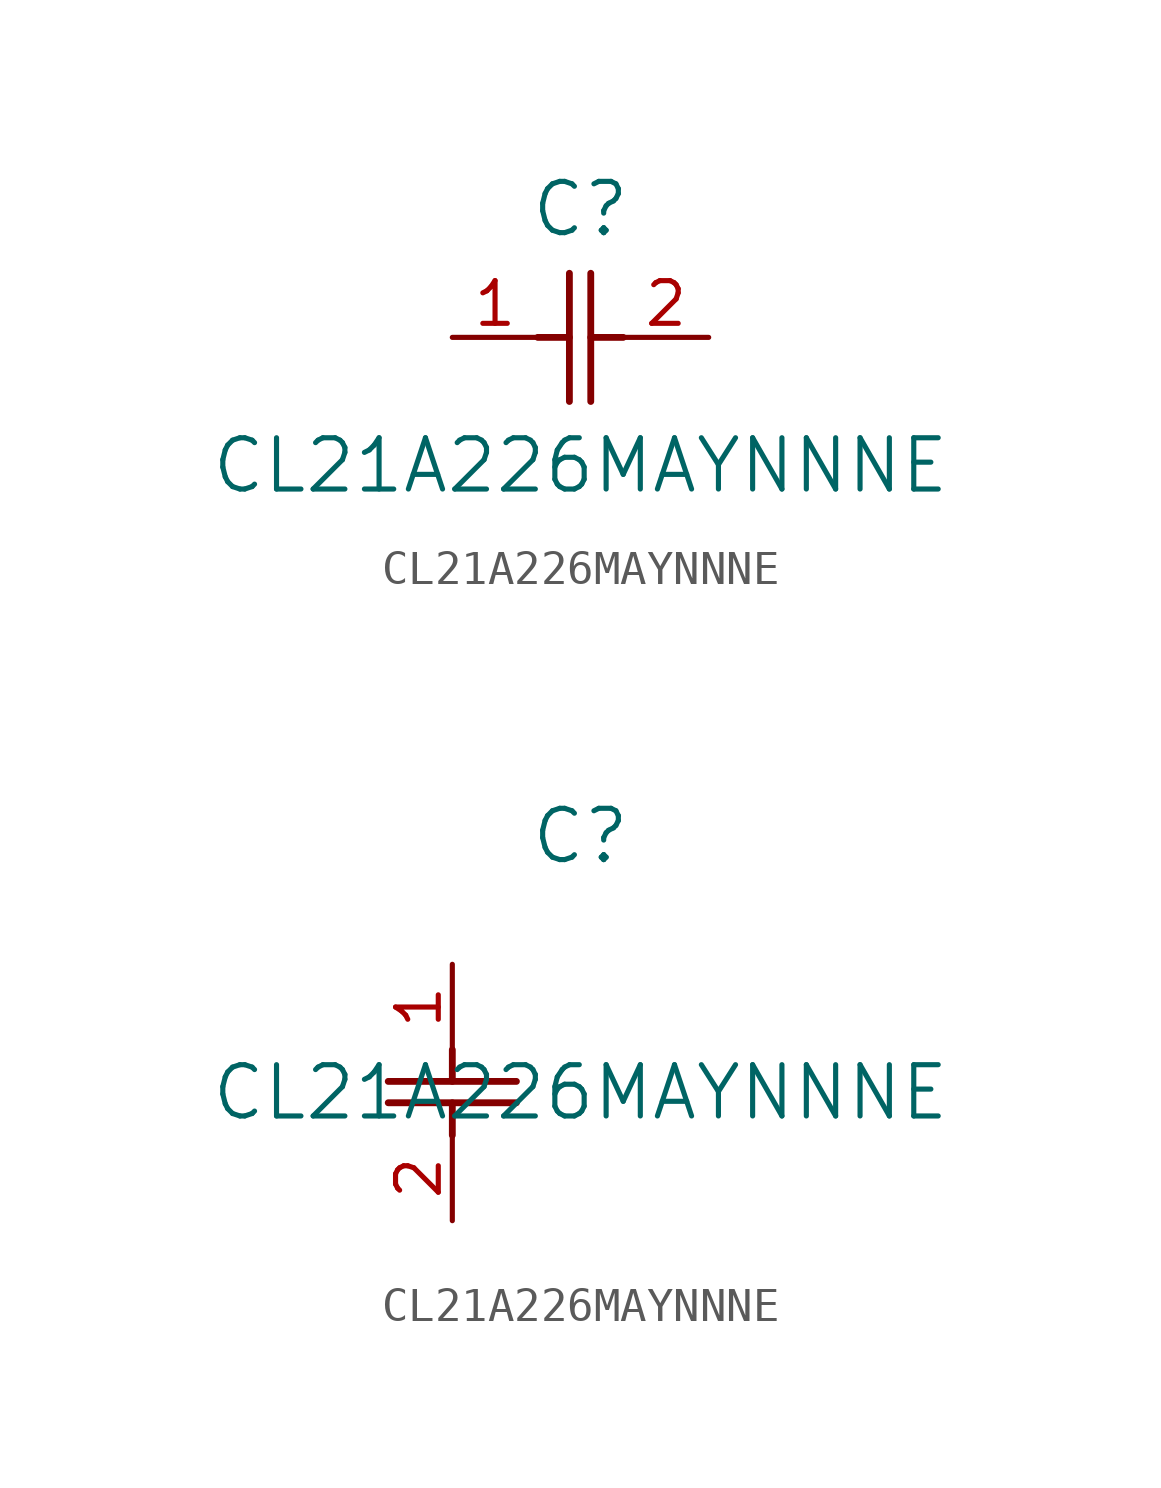
<source format=kicad_sym>
(kicad_symbol_lib
  (version 20211014)
  (generator kicad_symbol_editor)
  (symbol "CL21A226MAYNNNE"
    (pin_names
      (offset 0.254))
    (property "Reference" "C"
      (at 3.81 3.81 0)
      (effects (font (size 1.524 1.524))))
    (property "Value" "CL21A226MAYNNNE"
      (at 3.81 -3.81 0)
      (effects (font (size 1.524 1.524))))
    (symbol "CL21A226MAYNNNE_1_1"
      (polyline (pts (xy 3.48 -1.905) (xy 3.48 1.905)) (stroke (width 0.203) (type default) (color 0 0 0 0)) (fill (type none)))
      (polyline (pts (xy 4.115 -1.905) (xy 4.115 1.905)) (stroke (width 0.203) (type default) (color 0 0 0 0)) (fill (type none)))
      (polyline (pts (xy 4.115 0) (xy 5.08 0)) (stroke (width 0.203) (type default) (color 0 0 0 0)) (fill (type none)))
      (polyline (pts (xy 2.54 0) (xy 3.48 0)) (stroke (width 0.203) (type default) (color 0 0 0 0)) (fill (type none)))
      (pin unspecified line (at 0 0 0) (length 2.54) (name "" (effects (font (size 1.27 1.27)))) (number "1" (effects (font (size 1.27 1.27)))))
      (pin unspecified line (at 7.62 0 180) (length 2.54) (name "" (effects (font (size 1.27 1.27)))) (number "2" (effects (font (size 1.27 1.27))))))
    (symbol "CL21A226MAYNNNE_1_2"
      (polyline (pts (xy -1.905 -3.48) (xy 1.905 -3.48)) (stroke (width 0.203) (type default) (color 0 0 0 0)) (fill (type none)))
      (polyline (pts (xy -1.905 -4.115) (xy 1.905 -4.115)) (stroke (width 0.203) (type default) (color 0 0 0 0)) (fill (type none)))
      (polyline (pts (xy 0 -4.115) (xy 0 -5.08)) (stroke (width 0.203) (type default) (color 0 0 0 0)) (fill (type none)))
      (polyline (pts (xy 0 -2.54) (xy 0 -3.48)) (stroke (width 0.203) (type default) (color 0 0 0 0)) (fill (type none)))
      (pin unspecified line (at 0 0 270) (length 2.54) (name "" (effects (font (size 1.27 1.27)))) (number "1" (effects (font (size 1.27 1.27)))))
      (pin unspecified line (at 0 -7.62 90) (length 2.54) (name "" (effects (font (size 1.27 1.27)))) (number "2" (effects (font (size 1.27 1.27))))))))
</source>
